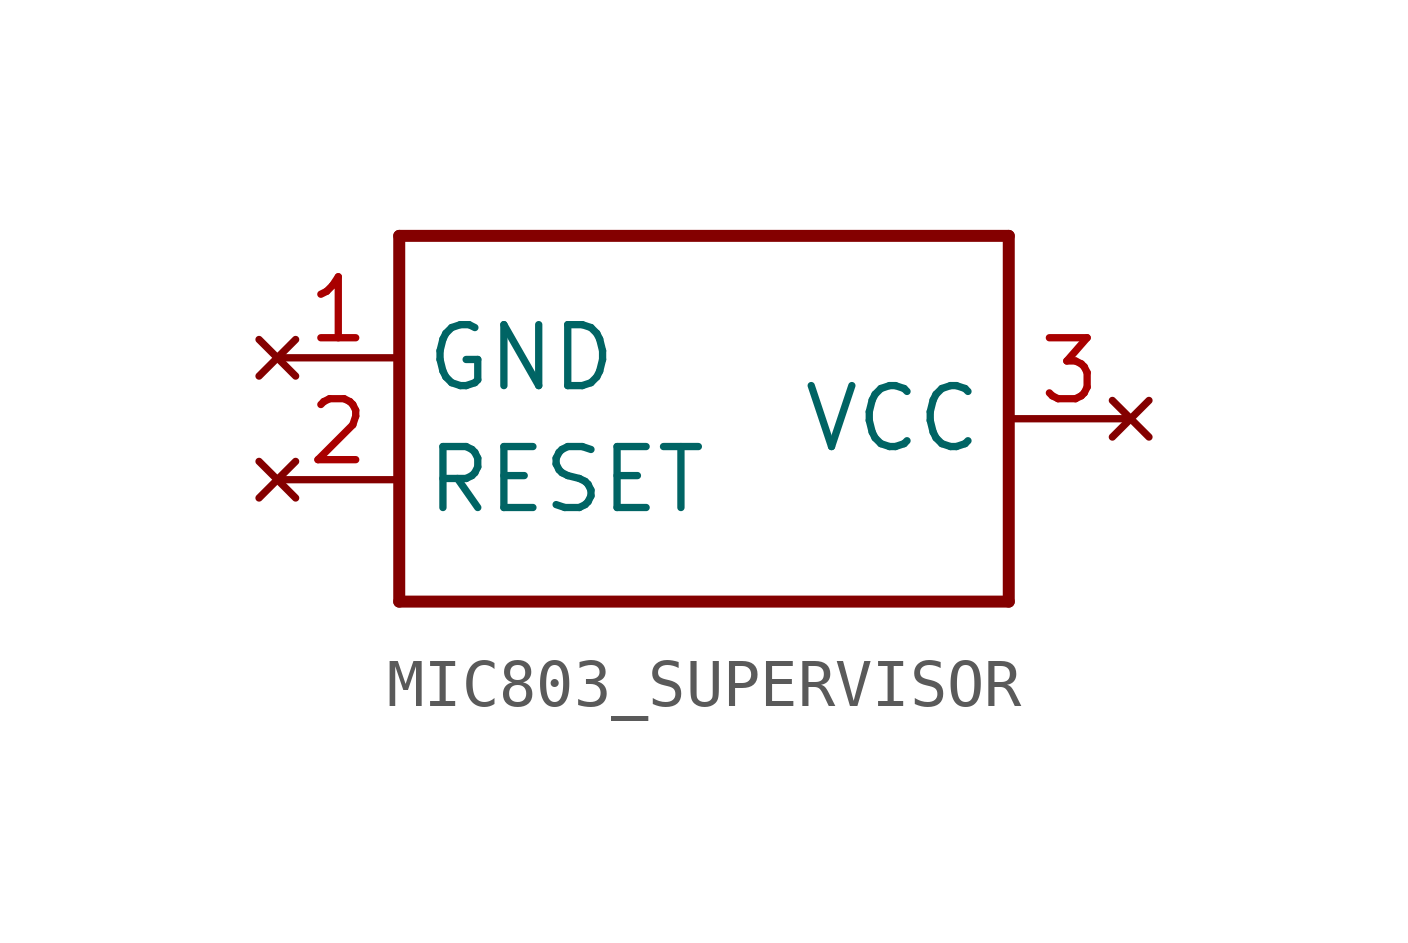
<source format=kicad_sym>
(kicad_symbol_lib
  (version 20231120)
  (generator "kicad_symbol_editor")
  (generator_version "8.0")
  (symbol "MIC803_SUPERVISOR"
    (property "Reference" "U"
      (at 0 0 0)
      (effects (font (size 1.27 1.27)) (hide yes)))
    (property "ki_locked" ""
      (at 0 0 0)
      (effects (font (size 1.27 1.27))))
    (symbol "MIC803_SUPERVISOR_1_0"
      (polyline (pts (xy -6.35 -3.81) (xy -6.35 3.81)) (stroke (width 0.25) (type solid)) (fill (type none)))
      (polyline (pts (xy -6.35 3.81) (xy 6.35 3.81)) (stroke (width 0.25) (type solid)) (fill (type none)))
      (polyline (pts (xy 6.35 -3.81) (xy -6.35 -3.81)) (stroke (width 0.25) (type solid)) (fill (type none)))
      (polyline (pts (xy 6.35 3.81) (xy 6.35 -3.81)) (stroke (width 0.25) (type solid)) (fill (type none)))
      (pin no_connect line (at -8.89 1.27 0) (length 2.54) (name "GND" (effects (font (size 1.27 1.27)))) (number "1" (effects (font (size 1.27 1.27)))))
      (pin no_connect line (at -8.89 -1.27 0) (length 2.54) (name "RESET" (effects (font (size 1.27 1.27)))) (number "2" (effects (font (size 1.27 1.27)))))
      (pin no_connect line (at 8.89 0 180) (length 2.54) (name "VCC" (effects (font (size 1.27 1.27)))) (number "3" (effects (font (size 1.27 1.27))))))))
</source>
